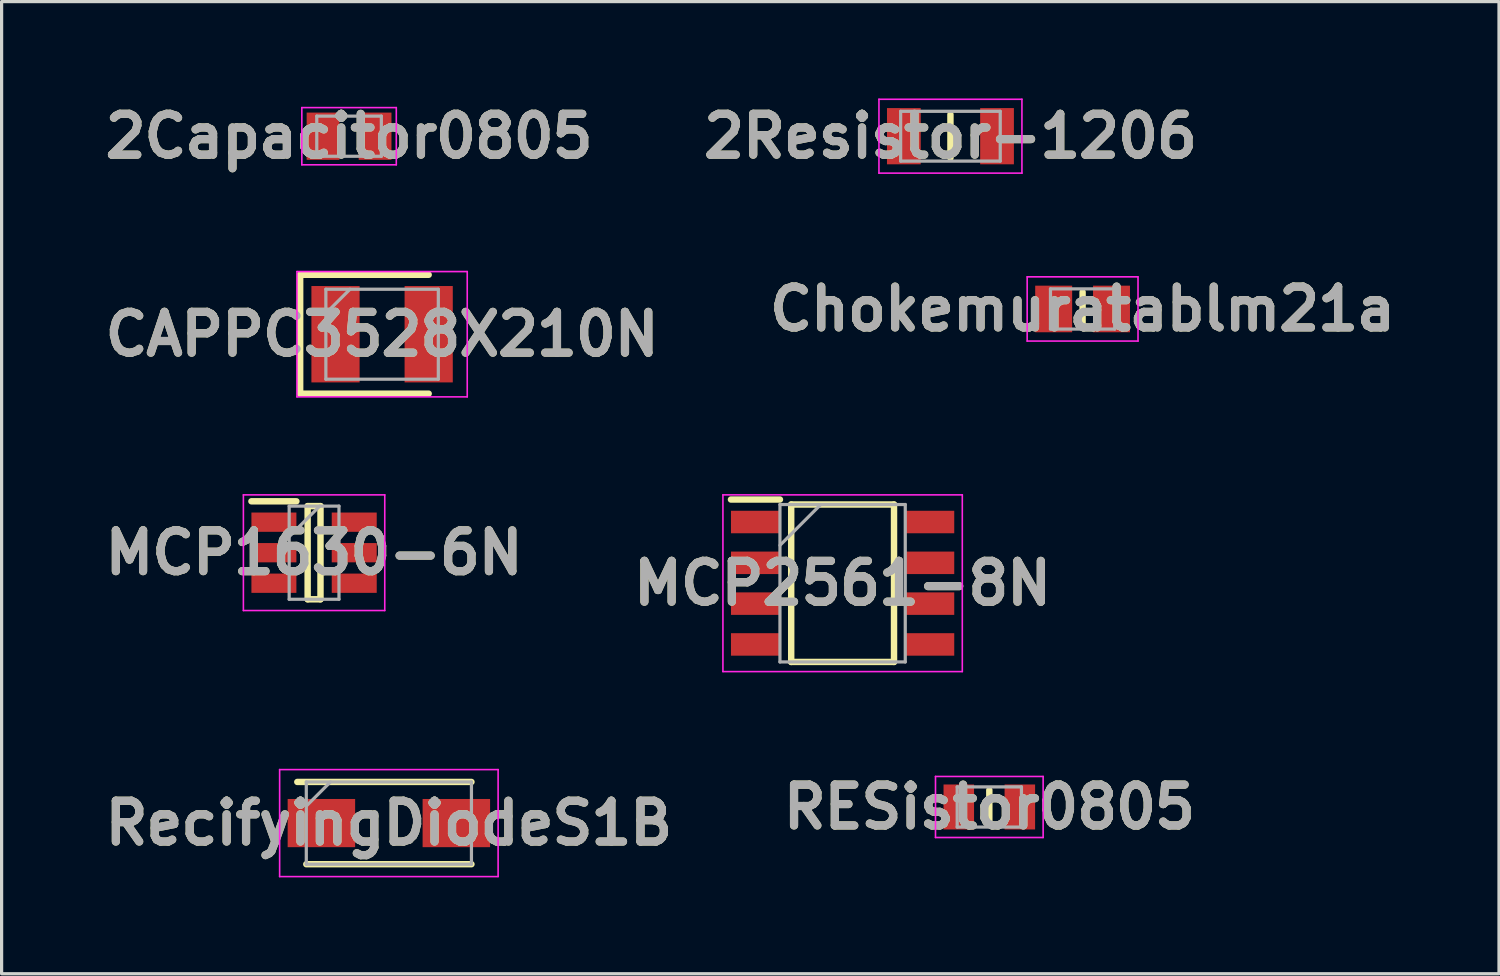
<source format=kicad_pcb>
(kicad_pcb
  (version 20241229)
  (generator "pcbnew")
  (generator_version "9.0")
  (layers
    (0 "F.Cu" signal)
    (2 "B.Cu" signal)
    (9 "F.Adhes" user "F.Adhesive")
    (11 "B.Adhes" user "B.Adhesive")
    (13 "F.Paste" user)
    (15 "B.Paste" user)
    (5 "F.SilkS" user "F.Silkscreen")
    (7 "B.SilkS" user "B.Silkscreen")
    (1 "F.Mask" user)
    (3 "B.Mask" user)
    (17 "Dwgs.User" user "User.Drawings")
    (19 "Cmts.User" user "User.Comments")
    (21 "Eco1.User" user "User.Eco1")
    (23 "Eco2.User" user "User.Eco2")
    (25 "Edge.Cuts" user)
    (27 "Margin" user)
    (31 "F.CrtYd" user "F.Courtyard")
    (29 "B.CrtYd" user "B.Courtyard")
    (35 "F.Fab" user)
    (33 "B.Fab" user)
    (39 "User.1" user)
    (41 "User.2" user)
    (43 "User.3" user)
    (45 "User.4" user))
  (footprint "CAPPC3528X210N"
    (layer "F.Cu")
    (at 8.842 7.352)
    (property "Reference" "CAPPC3528X210N" (at 0 0 0) (layer "F.SilkS") (effects (font (size 1.27 1.27) (thickness 0.254))))
    (attr smd)
    (fp_line (start -2.55 -1.85) (end -2.55 1.85) (stroke (width 0.2) (type solid)) (layer "F.SilkS"))
    (fp_line (start -2.55 1.85) (end 1.45 1.85) (stroke (width 0.2) (type solid)) (layer "F.SilkS"))
    (fp_line (start 1.45 -1.85) (end -2.55 -1.85) (stroke (width 0.2) (type solid)) (layer "F.SilkS"))
    (fp_line (start -2.65 -1.95) (end 2.65 -1.95) (stroke (width 0.05) (type solid)) (layer "F.CrtYd"))
    (fp_line (start -2.65 1.95) (end -2.65 -1.95) (stroke (width 0.05) (type solid)) (layer "F.CrtYd"))
    (fp_line (start 2.65 -1.95) (end 2.65 1.95) (stroke (width 0.05) (type solid)) (layer "F.CrtYd"))
    (fp_line (start 2.65 1.95) (end -2.65 1.95) (stroke (width 0.05) (type solid)) (layer "F.CrtYd"))
    (fp_line (start -1.75 -1.4) (end 1.75 -1.4) (stroke (width 0.1) (type solid)) (layer "F.Fab"))
    (fp_line (start -1.75 -0.65) (end -1 -1.4) (stroke (width 0.1) (type solid)) (layer "F.Fab"))
    (fp_line (start -1.75 1.4) (end -1.75 -1.4) (stroke (width 0.1) (type solid)) (layer "F.Fab"))
    (fp_line (start 1.75 -1.4) (end 1.75 1.4) (stroke (width 0.1) (type solid)) (layer "F.Fab"))
    (fp_line (start 1.75 1.4) (end -1.75 1.4) (stroke (width 0.1) (type solid)) (layer "F.Fab"))
    (fp_text user "${REFERENCE}" (at 0 0 0) (layer "F.Fab") (effects (font (size 1.27 1.27) (thickness 0.254))))
    (pad "1" smd rect (at -1.45 0) (size 1.5 3) (layers "F.Cu" "F.Mask" "F.Paste"))
    (pad "2" smd rect (at 1.45 0) (size 1.5 3) (layers "F.Cu" "F.Mask" "F.Paste")))
  (footprint "RESistor0805"
    (layer "F.Cu")
    (at 27.741 22.066)
    (property "Reference" "RESistor0805" (at 0 0 0) (layer "F.SilkS") (effects (font (size 1.27 1.27) (thickness 0.254))))
    (attr smd)
    (fp_line (start 0 -0.525) (end 0 0.525) (stroke (width 0.2) (type solid)) (layer "F.SilkS"))
    (fp_line (start -1.675 -0.95) (end 1.675 -0.95) (stroke (width 0.05) (type solid)) (layer "F.CrtYd"))
    (fp_line (start -1.675 0.95) (end -1.675 -0.95) (stroke (width 0.05) (type solid)) (layer "F.CrtYd"))
    (fp_line (start 1.675 -0.95) (end 1.675 0.95) (stroke (width 0.05) (type solid)) (layer "F.CrtYd"))
    (fp_line (start 1.675 0.95) (end -1.675 0.95) (stroke (width 0.05) (type solid)) (layer "F.CrtYd"))
    (fp_line (start -1 -0.625) (end 1 -0.625) (stroke (width 0.1) (type solid)) (layer "F.Fab"))
    (fp_line (start -1 0.625) (end -1 -0.625) (stroke (width 0.1) (type solid)) (layer "F.Fab"))
    (fp_line (start 1 -0.625) (end 1 0.625) (stroke (width 0.1) (type solid)) (layer "F.Fab"))
    (fp_line (start 1 0.625) (end -1 0.625) (stroke (width 0.1) (type solid)) (layer "F.Fab"))
    (fp_text user "${REFERENCE}" (at 0 0 0) (layer "F.Fab") (effects (font (size 1.27 1.27) (thickness 0.254))))
    (pad "1" smd rect (at -0.95 0) (size 0.95 1.4) (layers "F.Cu" "F.Mask" "F.Paste"))
    (pad "2" smd rect (at 0.95 0) (size 0.95 1.4) (layers "F.Cu" "F.Mask" "F.Paste")))
  (footprint "MCP1630-6N"
    (layer "F.Cu")
    (at 6.725 14.152)
    (property "Reference" "MCP1630-6N" (at 0 0 0) (layer "F.SilkS") (effects (font (size 1.27 1.27) (thickness 0.254))))
    (attr smd)
    (fp_line (start -1.95 -1.6) (end -0.55 -1.6) (stroke (width 0.2) (type solid)) (layer "F.SilkS"))
    (fp_line (start -0.2 -1.45) (end 0.2 -1.45) (stroke (width 0.2) (type solid)) (layer "F.SilkS"))
    (fp_line (start -0.2 1.45) (end -0.2 -1.45) (stroke (width 0.2) (type solid)) (layer "F.SilkS"))
    (fp_line (start 0.2 -1.45) (end 0.2 1.45) (stroke (width 0.2) (type solid)) (layer "F.SilkS"))
    (fp_line (start 0.2 1.45) (end -0.2 1.45) (stroke (width 0.2) (type solid)) (layer "F.SilkS"))
    (fp_line (start -2.2 -1.8) (end 2.2 -1.8) (stroke (width 0.05) (type solid)) (layer "F.CrtYd"))
    (fp_line (start -2.2 1.8) (end -2.2 -1.8) (stroke (width 0.05) (type solid)) (layer "F.CrtYd"))
    (fp_line (start 2.2 -1.8) (end 2.2 1.8) (stroke (width 0.05) (type solid)) (layer "F.CrtYd"))
    (fp_line (start 2.2 1.8) (end -2.2 1.8) (stroke (width 0.05) (type solid)) (layer "F.CrtYd"))
    (fp_line (start -0.775 -1.45) (end 0.775 -1.45) (stroke (width 0.1) (type solid)) (layer "F.Fab"))
    (fp_line (start -0.775 -0.5) (end 0.175 -1.45) (stroke (width 0.1) (type solid)) (layer "F.Fab"))
    (fp_line (start -0.775 1.45) (end -0.775 -1.45) (stroke (width 0.1) (type solid)) (layer "F.Fab"))
    (fp_line (start 0.775 -1.45) (end 0.775 1.45) (stroke (width 0.1) (type solid)) (layer "F.Fab"))
    (fp_line (start 0.775 1.45) (end -0.775 1.45) (stroke (width 0.1) (type solid)) (layer "F.Fab"))
    (fp_text user "${REFERENCE}" (at 0 0 0) (layer "F.Fab") (effects (font (size 1.27 1.27) (thickness 0.254))))
    (pad "1" smd rect (at -1.25 -0.95 90) (size 0.6 1.4) (layers "F.Cu" "F.Mask" "F.Paste"))
    (pad "2" smd rect (at -1.25 0 90) (size 0.6 1.4) (layers "F.Cu" "F.Mask" "F.Paste"))
    (pad "3" smd rect (at -1.25 0.95 90) (size 0.6 1.4) (layers "F.Cu" "F.Mask" "F.Paste"))
    (pad "4" smd rect (at 1.25 0.95 90) (size 0.6 1.4) (layers "F.Cu" "F.Mask" "F.Paste"))
    (pad "5" smd rect (at 1.25 0 90) (size 0.6 1.4) (layers "F.Cu" "F.Mask" "F.Paste"))
    (pad "6" smd rect (at 1.25 -0.95 90) (size 0.6 1.4) (layers "F.Cu" "F.Mask" "F.Paste")))
  (footprint "MCP2561-8N"
    (layer "F.Cu")
    (at 23.175 15.102)
    (property "Reference" "MCP2561-8N" (at 0 0 0) (layer "F.SilkS") (effects (font (size 1.27 1.27) (thickness 0.254))))
    (attr smd)
    (fp_line (start -3.475 -2.605) (end -1.95 -2.605) (stroke (width 0.2) (type solid)) (layer "F.SilkS"))
    (fp_line (start -1.6 -2.45) (end 1.6 -2.45) (stroke (width 0.2) (type solid)) (layer "F.SilkS"))
    (fp_line (start -1.6 2.45) (end -1.6 -2.45) (stroke (width 0.2) (type solid)) (layer "F.SilkS"))
    (fp_line (start 1.6 -2.45) (end 1.6 2.45) (stroke (width 0.2) (type solid)) (layer "F.SilkS"))
    (fp_line (start 1.6 2.45) (end -1.6 2.45) (stroke (width 0.2) (type solid)) (layer "F.SilkS"))
    (fp_line (start -3.725 -2.75) (end 3.725 -2.75) (stroke (width 0.05) (type solid)) (layer "F.CrtYd"))
    (fp_line (start -3.725 2.75) (end -3.725 -2.75) (stroke (width 0.05) (type solid)) (layer "F.CrtYd"))
    (fp_line (start 3.725 -2.75) (end 3.725 2.75) (stroke (width 0.05) (type solid)) (layer "F.CrtYd"))
    (fp_line (start 3.725 2.75) (end -3.725 2.75) (stroke (width 0.05) (type solid)) (layer "F.CrtYd"))
    (fp_line (start -1.95 -2.45) (end 1.95 -2.45) (stroke (width 0.1) (type solid)) (layer "F.Fab"))
    (fp_line (start -1.95 -1.18) (end -0.68 -2.45) (stroke (width 0.1) (type solid)) (layer "F.Fab"))
    (fp_line (start -1.95 2.45) (end -1.95 -2.45) (stroke (width 0.1) (type solid)) (layer "F.Fab"))
    (fp_line (start 1.95 -2.45) (end 1.95 2.45) (stroke (width 0.1) (type solid)) (layer "F.Fab"))
    (fp_line (start 1.95 2.45) (end -1.95 2.45) (stroke (width 0.1) (type solid)) (layer "F.Fab"))
    (fp_text user "${REFERENCE}" (at 0 0 0) (layer "F.Fab") (effects (font (size 1.27 1.27) (thickness 0.254))))
    (pad "1" smd rect (at -2.712 -1.905 90) (size 0.7 1.525) (layers "F.Cu" "F.Mask" "F.Paste"))
    (pad "2" smd rect (at -2.712 -0.635 90) (size 0.7 1.525) (layers "F.Cu" "F.Mask" "F.Paste"))
    (pad "3" smd rect (at -2.712 0.635 90) (size 0.7 1.525) (layers "F.Cu" "F.Mask" "F.Paste"))
    (pad "4" smd rect (at -2.712 1.905 90) (size 0.7 1.525) (layers "F.Cu" "F.Mask" "F.Paste"))
    (pad "5" smd rect (at 2.712 1.905 90) (size 0.7 1.525) (layers "F.Cu" "F.Mask" "F.Paste"))
    (pad "6" smd rect (at 2.712 0.635 90) (size 0.7 1.525) (layers "F.Cu" "F.Mask" "F.Paste"))
    (pad "7" smd rect (at 2.712 -0.635 90) (size 0.7 1.525) (layers "F.Cu" "F.Mask" "F.Paste"))
    (pad "8" smd rect (at 2.712 -1.905 90) (size 0.7 1.525) (layers "F.Cu" "F.Mask" "F.Paste")))
  (footprint "2Resistor-1206"
    (layer "F.Cu")
    (at 26.531 1.189)
    (property "Reference" "2Resistor-1206" (at 0 0 0) (layer "F.SilkS") (effects (font (size 1.27 1.27) (thickness 0.254))))
    (attr smd)
    (fp_line (start 0 -0.675) (end 0 0.675) (stroke (width 0.2) (type solid)) (layer "F.SilkS"))
    (fp_line (start -2.225 -1.15) (end 2.225 -1.15) (stroke (width 0.05) (type solid)) (layer "F.CrtYd"))
    (fp_line (start -2.225 1.15) (end -2.225 -1.15) (stroke (width 0.05) (type solid)) (layer "F.CrtYd"))
    (fp_line (start 2.225 -1.15) (end 2.225 1.15) (stroke (width 0.05) (type solid)) (layer "F.CrtYd"))
    (fp_line (start 2.225 1.15) (end -2.225 1.15) (stroke (width 0.05) (type solid)) (layer "F.CrtYd"))
    (fp_line (start -1.55 -0.775) (end 1.55 -0.775) (stroke (width 0.1) (type solid)) (layer "F.Fab"))
    (fp_line (start -1.55 0.775) (end -1.55 -0.775) (stroke (width 0.1) (type solid)) (layer "F.Fab"))
    (fp_line (start 1.55 -0.775) (end 1.55 0.775) (stroke (width 0.1) (type solid)) (layer "F.Fab"))
    (fp_line (start 1.55 0.775) (end -1.55 0.775) (stroke (width 0.1) (type solid)) (layer "F.Fab"))
    (fp_text user "${REFERENCE}" (at 0 0 0) (layer "F.Fab") (effects (font (size 1.27 1.27) (thickness 0.254))))
    (pad "1" smd rect (at -1.45 0) (size 1.05 1.75) (layers "F.Cu" "F.Mask" "F.Paste"))
    (pad "2" smd rect (at 1.45 0) (size 1.05 1.75) (layers "F.Cu" "F.Mask" "F.Paste")))
  (footprint "2Capacitor0805"
    (layer "F.Cu")
    (at 7.814 1.189)
    (property "Reference" "2Capacitor0805" (at 0 0 0) (layer "F.SilkS") (effects (font (size 1.27 1.27) (thickness 0.254))))
    (attr smd)
    (fp_line (start -1.47 -0.89) (end 1.47 -0.89) (stroke (width 0.05) (type solid)) (layer "F.CrtYd"))
    (fp_line (start -1.47 0.89) (end -1.47 -0.89) (stroke (width 0.05) (type solid)) (layer "F.CrtYd"))
    (fp_line (start 1.47 -0.89) (end 1.47 0.89) (stroke (width 0.05) (type solid)) (layer "F.CrtYd"))
    (fp_line (start 1.47 0.89) (end -1.47 0.89) (stroke (width 0.05) (type solid)) (layer "F.CrtYd"))
    (fp_line (start -1.005 -0.625) (end 1.005 -0.625) (stroke (width 0.1) (type solid)) (layer "F.Fab"))
    (fp_line (start -1.005 0.625) (end -1.005 -0.625) (stroke (width 0.1) (type solid)) (layer "F.Fab"))
    (fp_line (start 1.005 -0.625) (end 1.005 0.625) (stroke (width 0.1) (type solid)) (layer "F.Fab"))
    (fp_line (start 1.005 0.625) (end -1.005 0.625) (stroke (width 0.1) (type solid)) (layer "F.Fab"))
    (fp_text user "${REFERENCE}" (at 0 0 0) (layer "F.Fab") (effects (font (size 1.27 1.27) (thickness 0.254))))
    (pad "1" smd rect (at -0.81 0) (size 1.02 1.47) (layers "F.Cu" "F.Mask" "F.Paste"))
    (pad "2" smd rect (at 0.81 0) (size 1.02 1.47) (layers "F.Cu" "F.Mask" "F.Paste")))
  (footprint "Chokemuratablm21a"
    (layer "F.Cu")
    (at 30.644 6.566)
    (property "Reference" "Chokemuratablm21a" (at 0 0 0) (layer "F.SilkS") (effects (font (size 1.27 1.27) (thickness 0.254))))
    (attr smd)
    (fp_line (start 0 -0.525) (end 0 0.525) (stroke (width 0.2) (type solid)) (layer "F.SilkS"))
    (fp_line (start -1.725 -1) (end 1.725 -1) (stroke (width 0.05) (type solid)) (layer "F.CrtYd"))
    (fp_line (start -1.725 1) (end -1.725 -1) (stroke (width 0.05) (type solid)) (layer "F.CrtYd"))
    (fp_line (start 1.725 -1) (end 1.725 1) (stroke (width 0.05) (type solid)) (layer "F.CrtYd"))
    (fp_line (start 1.725 1) (end -1.725 1) (stroke (width 0.05) (type solid)) (layer "F.CrtYd"))
    (fp_line (start -1 -0.625) (end 1 -0.625) (stroke (width 0.1) (type solid)) (layer "F.Fab"))
    (fp_line (start -1 0.625) (end -1 -0.625) (stroke (width 0.1) (type solid)) (layer "F.Fab"))
    (fp_line (start 1 -0.625) (end 1 0.625) (stroke (width 0.1) (type solid)) (layer "F.Fab"))
    (fp_line (start 1 0.625) (end -1 0.625) (stroke (width 0.1) (type solid)) (layer "F.Fab"))
    (fp_text user "${REFERENCE}" (at 0 0 0) (layer "F.Fab") (effects (font (size 1.27 1.27) (thickness 0.254))))
    (pad "1" smd rect (at -0.9 0) (size 1.15 1.45) (layers "F.Cu" "F.Mask" "F.Paste"))
    (pad "2" smd rect (at 0.9 0) (size 1.15 1.45) (layers "F.Cu" "F.Mask" "F.Paste")))
  (footprint "RecifyingDiodeS1B"
    (layer "F.Cu")
    (at 9.053 22.567)
    (property "Reference" "RecifyingDiodeS1B" (at 0 0 0) (layer "F.SilkS") (effects (font (size 1.27 1.27) (thickness 0.254))))
    (attr smd)
    (fp_line (start -2.57 1.28) (end 2.57 1.28) (stroke (width 0.2) (type solid)) (layer "F.SilkS"))
    (fp_line (start 2.57 -1.28) (end -2.85 -1.28) (stroke (width 0.2) (type solid)) (layer "F.SilkS"))
    (fp_line (start -3.4 -1.665) (end 3.4 -1.665) (stroke (width 0.05) (type solid)) (layer "F.CrtYd"))
    (fp_line (start -3.4 1.665) (end -3.4 -1.665) (stroke (width 0.05) (type solid)) (layer "F.CrtYd"))
    (fp_line (start 3.4 -1.665) (end 3.4 1.665) (stroke (width 0.05) (type solid)) (layer "F.CrtYd"))
    (fp_line (start 3.4 1.665) (end -3.4 1.665) (stroke (width 0.05) (type solid)) (layer "F.CrtYd"))
    (fp_line (start -2.57 -1.28) (end 2.57 -1.28) (stroke (width 0.1) (type solid)) (layer "F.Fab"))
    (fp_line (start -2.57 -0.53) (end -1.82 -1.28) (stroke (width 0.1) (type solid)) (layer "F.Fab"))
    (fp_line (start -2.57 1.28) (end -2.57 -1.28) (stroke (width 0.1) (type solid)) (layer "F.Fab"))
    (fp_line (start 2.57 -1.28) (end 2.57 1.28) (stroke (width 0.1) (type solid)) (layer "F.Fab"))
    (fp_line (start 2.57 1.28) (end -2.57 1.28) (stroke (width 0.1) (type solid)) (layer "F.Fab"))
    (fp_text user "${REFERENCE}" (at 0 0 0) (layer "F.Fab") (effects (font (size 1.27 1.27) (thickness 0.254))))
    (pad "1" smd rect (at -2.1 0 90) (size 1.5 2.1) (layers "F.Cu" "F.Mask" "F.Paste"))
    (pad "2" smd rect (at 2.1 0 90) (size 1.5 2.1) (layers "F.Cu" "F.Mask" "F.Paste")))
  (gr_rect
    (start -3 -3)
    (end 43.604 27.257)
    (stroke (width 0.1) (type default))
    (fill no)
    (layer "Edge.Cuts")))
</source>
